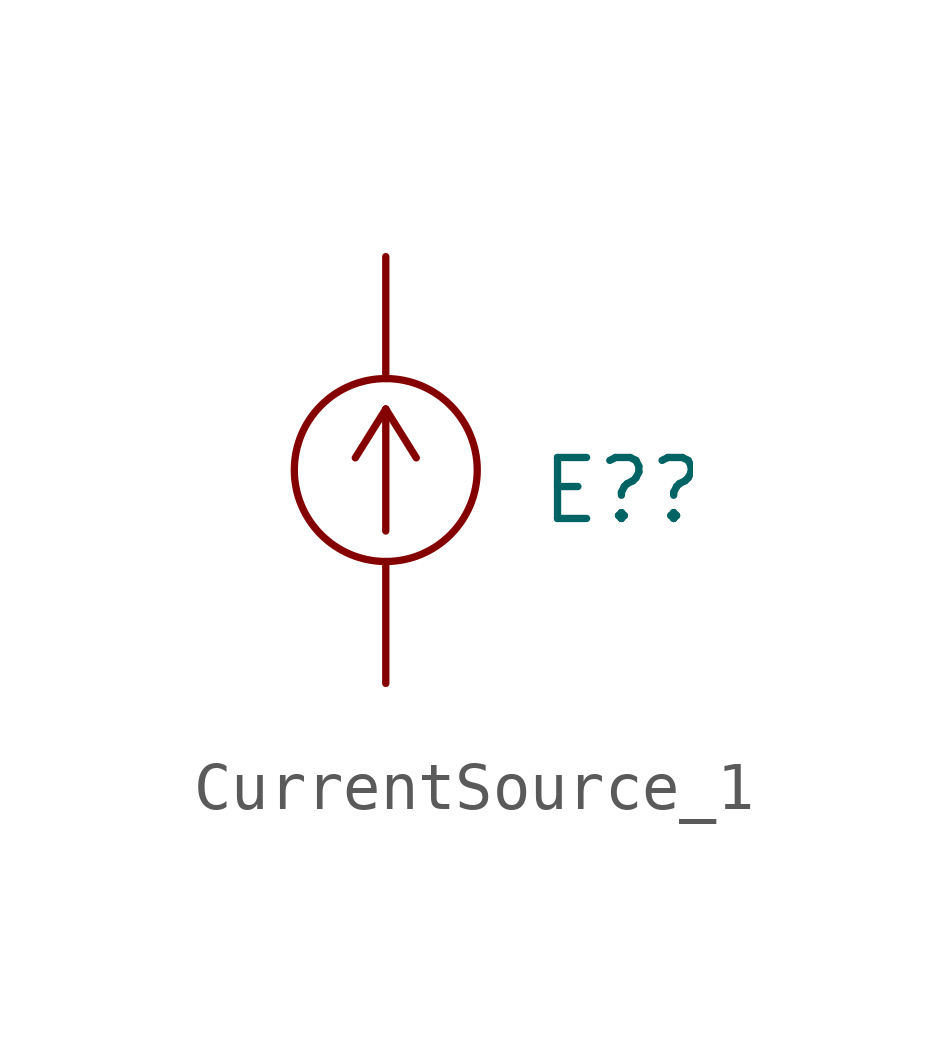
<source format=kicad_sym>
(kicad_symbol_lib
  (version 20220914)
  (generator kicad_symbol_editor)
  (symbol "CurrentSource_1"
    (pin_numbers hide)
    (pin_names
      (offset 0) hide)
    (property "Reference" "E?"
      (at 3.175 -2.969 0)
      (effects (font (size 1.27 1.27)) (justify left)))
    (symbol "CurrentSource_1_0_0"
      (circle (center 0 -2.54) (radius 1.905) (stroke (width 0.152) (type default)) (fill (type none))))
    (symbol "CurrentSource_1_0_1"
      (polyline (pts (xy 0 -1.27) (xy -0.635 -2.286)) (stroke (width 0) (type default)) (fill (type none)))
      (polyline (pts (xy 0 -1.27) (xy 0 -3.81)) (stroke (width 0) (type default)) (fill (type none)))
      (polyline (pts (xy 0 -1.27) (xy 0.635 -2.286)) (stroke (width 0) (type default)) (fill (type none))))
    (symbol "CurrentSource_1_1_1"
      (pin unspecified line (at 0 -6.985 90) (length 2.54) (name "" (effects (font (size 1.27 1.27)))) (number "" (effects (font (size 1.27 1.27)))))
      (pin unspecified line (at 0 1.905 270) (length 2.54) (name "" (effects (font (size 1.27 1.27)))) (number "" (effects (font (size 1.27 1.27))))))))
</source>
